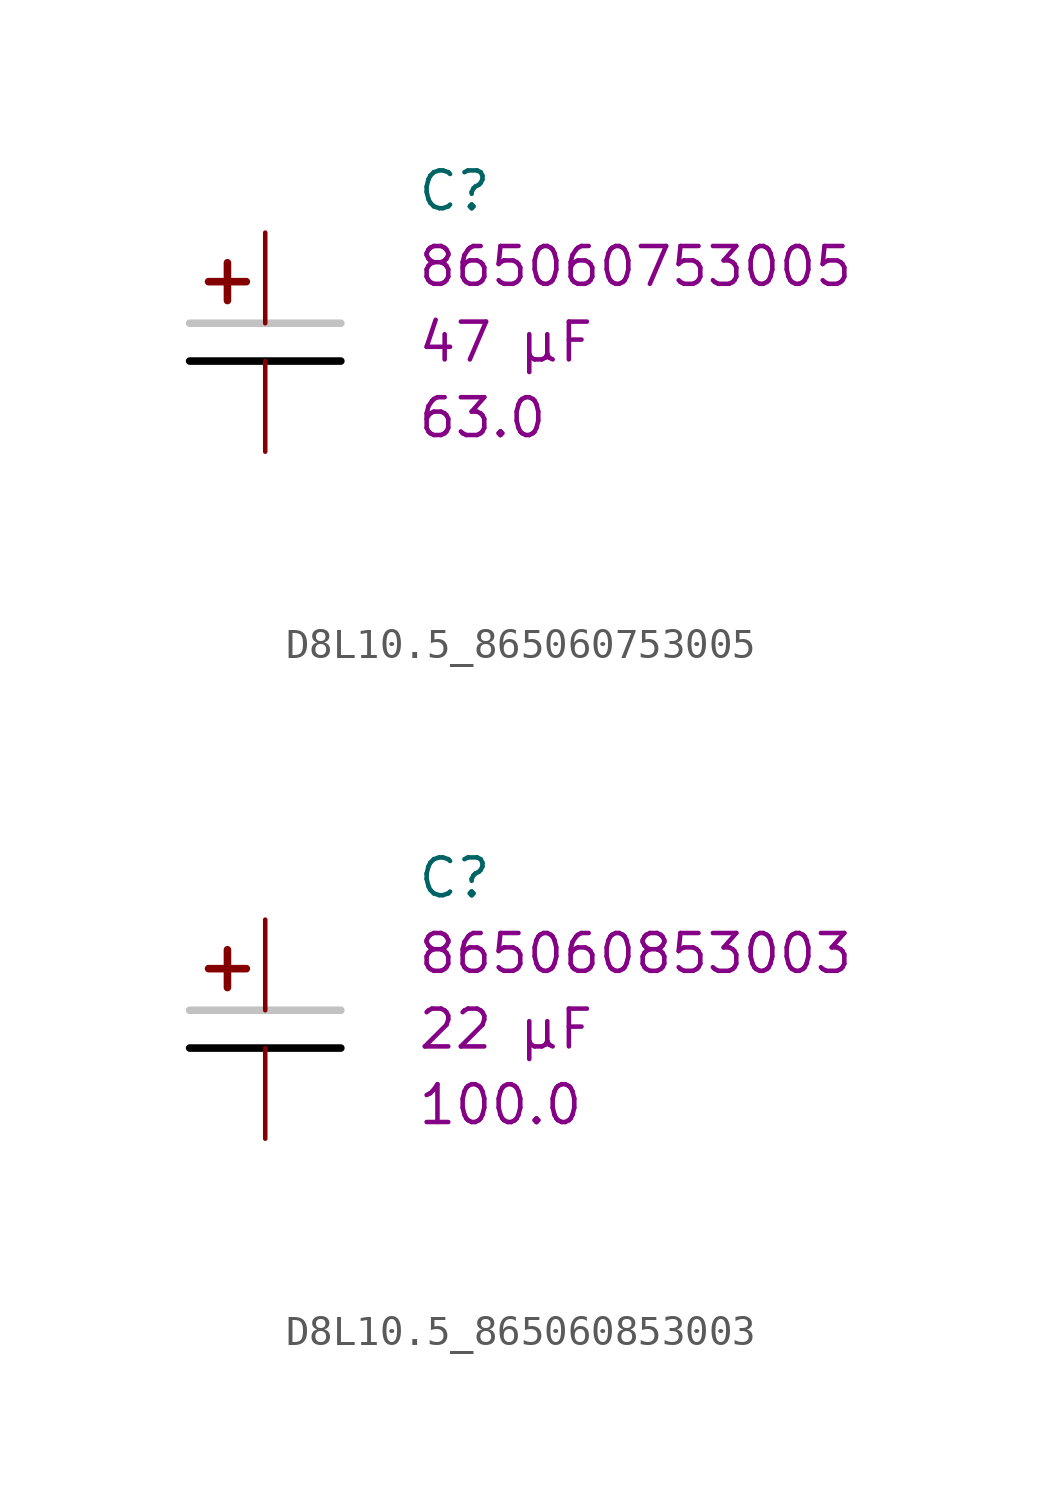
<source format=kicad_sym>
(kicad_symbol_lib
  (version 20220914)
  (generator kicad_symbol_editor)
  (symbol "D8L10.5_865060753005"
    (pin_numbers hide)
    (pin_names hide)
    (property "Reference" "C"
      (at 5.08 5.08 0)
      (effects (font (size 1.27 1.27)) (justify left)))
    (property "Part Number" "865060753005"
      (at 5.08 2.54 0)
      (effects (font (size 1.27 1.27)) (justify left)))
    (property "Capacitance" "47 µF"
      (at 5.08 0 0)
      (effects (font (size 1.27 1.27)) (justify left)))
    (property "Voltage" "63.0"
      (at 5.08 -2.54 0)
      (effects (font (size 1.27 1.27)) (justify left)))
    (property "Critical Parameter" ""
      (at 0 -7.62 0)
      (effects (font (size 1.27 1.27))))
    (symbol "D8L10.5_865060753005_1_1"
      (polyline (pts (xy -1.27 2.667) (xy -1.27 1.397)) (stroke (width 0.254) (type default)) (fill (type none)))
      (polyline (pts (xy -0.635 2.032) (xy -1.905 2.032)) (stroke (width 0.254) (type default)) (fill (type none)))
      (polyline (pts (xy 2.54 -0.635) (xy -2.54 -0.635)) (stroke (width 0.254) (type default) (color 0 0 0 1)) (fill (type none)))
      (polyline (pts (xy 2.54 0.635) (xy -2.54 0.635)) (stroke (width 0.254) (type default) (color 194 194 194 1)) (fill (type none)))
      (pin passive line (at 0 3.679 270) (length 3.044) (name "1" (effects (font (size 1.27 1.27)))) (number "1" (effects (font (size 1.27 1.27)))))
      (pin passive line (at 0 -3.679 90) (length 3.044) (name "2" (effects (font (size 1.27 1.27)))) (number "2" (effects (font (size 1.27 1.27)))))))
  (symbol "D8L10.5_865060853003"
    (pin_numbers hide)
    (pin_names hide)
    (property "Reference" "C"
      (at 5.08 5.08 0)
      (effects (font (size 1.27 1.27)) (justify left)))
    (property "Part Number" "865060853003"
      (at 5.08 2.54 0)
      (effects (font (size 1.27 1.27)) (justify left)))
    (property "Capacitance" "22 µF"
      (at 5.08 0 0)
      (effects (font (size 1.27 1.27)) (justify left)))
    (property "Voltage" "100.0"
      (at 5.08 -2.54 0)
      (effects (font (size 1.27 1.27)) (justify left)))
    (property "Critical Parameter" ""
      (at 0 -7.62 0)
      (effects (font (size 1.27 1.27))))
    (symbol "D8L10.5_865060853003_1_1"
      (polyline (pts (xy -1.27 2.667) (xy -1.27 1.397)) (stroke (width 0.254) (type default)) (fill (type none)))
      (polyline (pts (xy -0.635 2.032) (xy -1.905 2.032)) (stroke (width 0.254) (type default)) (fill (type none)))
      (polyline (pts (xy 2.54 -0.635) (xy -2.54 -0.635)) (stroke (width 0.254) (type default) (color 0 0 0 1)) (fill (type none)))
      (polyline (pts (xy 2.54 0.635) (xy -2.54 0.635)) (stroke (width 0.254) (type default) (color 194 194 194 1)) (fill (type none)))
      (pin passive line (at 0 3.679 270) (length 3.044) (name "1" (effects (font (size 1.27 1.27)))) (number "1" (effects (font (size 1.27 1.27)))))
      (pin passive line (at 0 -3.679 90) (length 3.044) (name "2" (effects (font (size 1.27 1.27)))) (number "2" (effects (font (size 1.27 1.27))))))))
</source>
